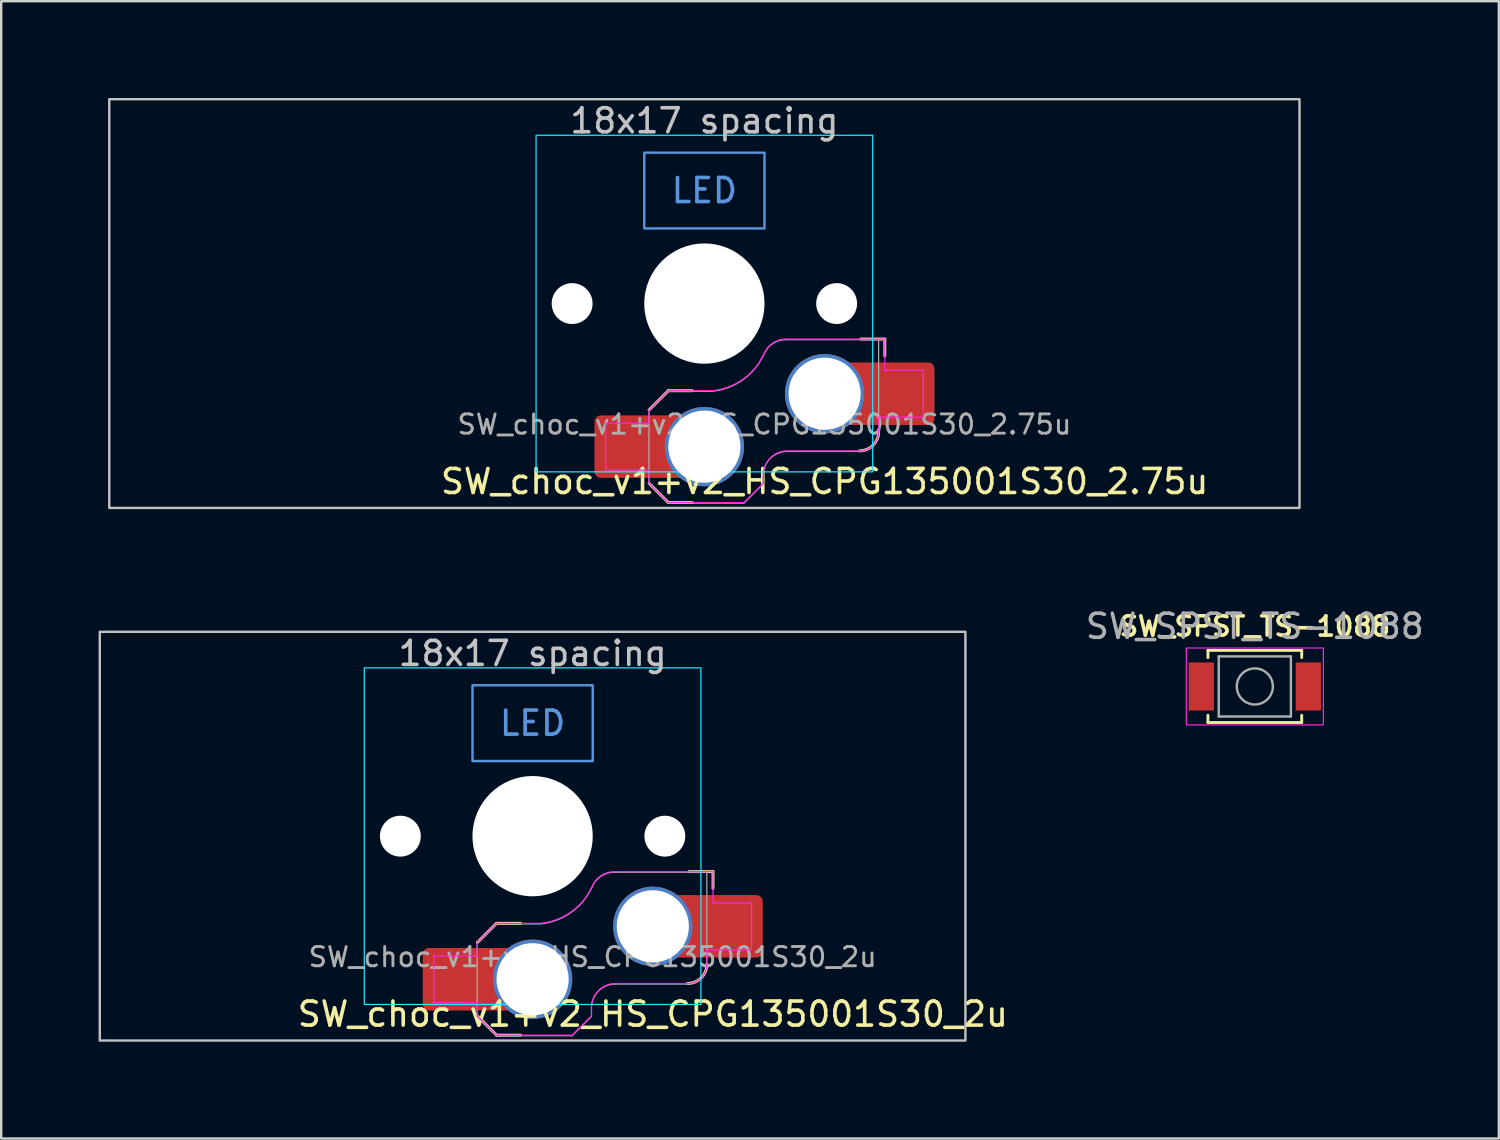
<source format=kicad_pcb>
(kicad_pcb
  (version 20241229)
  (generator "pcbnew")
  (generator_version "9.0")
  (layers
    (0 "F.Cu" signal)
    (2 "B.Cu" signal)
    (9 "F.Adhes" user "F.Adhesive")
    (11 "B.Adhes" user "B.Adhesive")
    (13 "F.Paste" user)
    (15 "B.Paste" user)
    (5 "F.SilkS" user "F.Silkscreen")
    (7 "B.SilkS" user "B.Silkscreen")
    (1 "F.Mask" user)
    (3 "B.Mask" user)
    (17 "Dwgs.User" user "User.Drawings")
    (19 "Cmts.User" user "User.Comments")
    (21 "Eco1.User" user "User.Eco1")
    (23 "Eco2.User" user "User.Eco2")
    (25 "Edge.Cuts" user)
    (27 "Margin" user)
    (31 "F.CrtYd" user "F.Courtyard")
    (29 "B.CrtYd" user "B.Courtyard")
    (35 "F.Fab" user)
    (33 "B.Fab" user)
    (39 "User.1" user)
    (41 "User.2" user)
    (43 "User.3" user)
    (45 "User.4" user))
  (footprint "SW_choc_v1+v2_HS_CPG135001S30_2u"
    (layer "F.Cu")
    (at 19.1 31.725)
    (property "Reference" "SW_choc_v1+v2_HS_CPG135001S30_2u" (at 5 7.4 180) (layer "F.SilkS") (effects (font (size 1 1) (thickness 0.15))))
    (attr smd)
    (fp_line (start -2.3 7.475) (end -1.5 8.275) (stroke (width 0.12) (type solid)) (layer "F.SilkS"))
    (fp_line (start -1.5 3.625) (end -2.3 4.425) (stroke (width 0.12) (type solid)) (layer "F.SilkS"))
    (fp_line (start -1.5 3.625) (end -0.5 3.625) (stroke (width 0.12) (type solid)) (layer "F.SilkS"))
    (fp_line (start -1.5 8.275) (end -0.5 8.275) (stroke (width 0.12) (type solid)) (layer "F.SilkS"))
    (fp_line (start 7.504 1.475) (end 6.504 1.475) (stroke (width 0.12) (type solid)) (layer "F.SilkS"))
    (fp_line (start 7.504 1.475) (end 7.504 2.175) (stroke (width 0.12) (type solid)) (layer "F.SilkS"))
    (fp_arc (start 7.25 5.325) (mid 7.015685 5.890685) (end 6.45 6.125) (stroke (width 0.12) (type solid)) (layer "F.SilkS"))
    (fp_rect (start -18 -8.5) (end 18 8.5) (stroke (width 0.1) (type solid)) (fill no) (layer "Dwgs.User"))
    (fp_rect (start -2.5 -6.275) (end 2.5 -3.125) (stroke (width 0.1) (type default)) (fill no) (layer "Cmts.User"))
    (fp_rect (start -19.05 -9.525) (end 19.05 9.525) (stroke (width 0.1) (type solid)) (fill no) (layer "Eco1.User"))
    (fp_line (start -6.95 -6.45) (end -6.95 6.45) (stroke (width 0.05) (type solid)) (layer "Eco2.User"))
    (fp_line (start -6.45 6.95) (end 6.45 6.95) (stroke (width 0.05) (type solid)) (layer "Eco2.User"))
    (fp_line (start 6.45 -6.95) (end -6.45 -6.95) (stroke (width 0.05) (type solid)) (layer "Eco2.User"))
    (fp_line (start 6.95 6.45) (end 6.95 -6.45) (stroke (width 0.05) (type solid)) (layer "Eco2.User"))
    (fp_arc (start -6.95 -6.45) (mid -6.803553 -6.803553) (end -6.45 -6.95) (stroke (width 0.05) (type solid)) (layer "Eco2.User"))
    (fp_arc (start -6.45 6.95) (mid -6.803553 6.803553) (end -6.95 6.45) (stroke (width 0.05) (type solid)) (layer "Eco2.User"))
    (fp_arc (start 6.45 -6.95) (mid 6.803553 -6.803553) (end 6.95 -6.45) (stroke (width 0.05) (type solid)) (layer "Eco2.User"))
    (fp_arc (start 6.95 6.45) (mid 6.803553 6.803553) (end 6.45 6.95) (stroke (width 0.05) (type solid)) (layer "Eco2.User"))
    (fp_rect (start -7 -7) (end 7 7) (stroke (width 0.05) (type default)) (fill no) (layer "B.CrtYd"))
    (fp_line (start -4.104 4.975) (end -4.104 6.925) (stroke (width 0.05) (type solid)) (layer "F.CrtYd"))
    (fp_line (start -4.104 4.975) (end -2.3 4.975) (stroke (width 0.05) (type solid)) (layer "F.CrtYd"))
    (fp_line (start -4.104 6.925) (end -2.3 6.925) (stroke (width 0.05) (type solid)) (layer "F.CrtYd"))
    (fp_line (start -2.3 4.975) (end -2.3 4.425) (stroke (width 0.05) (type solid)) (layer "F.CrtYd"))
    (fp_line (start -2.3 7.475) (end -2.3 6.925) (stroke (width 0.05) (type solid)) (layer "F.CrtYd"))
    (fp_line (start -2.3 7.475) (end -1.5 8.275) (stroke (width 0.05) (type solid)) (layer "F.CrtYd"))
    (fp_line (start -1.5 3.625) (end -2.3 4.425) (stroke (width 0.05) (type solid)) (layer "F.CrtYd"))
    (fp_line (start -1.5 3.625) (end 0.3 3.625) (stroke (width 0.05) (type solid)) (layer "F.CrtYd"))
    (fp_line (start -1.5 8.275) (end 1.65 8.275) (stroke (width 0.05) (type solid)) (layer "F.CrtYd"))
    (fp_line (start 2.45 7.475) (end 1.65 8.275) (stroke (width 0.05) (type solid)) (layer "F.CrtYd"))
    (fp_line (start 2.45 7.475) (end 2.45 7.125) (stroke (width 0.05) (type solid)) (layer "F.CrtYd"))
    (fp_line (start 3.45 6.125) (end 6.45 6.125) (stroke (width 0.05) (type solid)) (layer "F.CrtYd"))
    (fp_line (start 7.25 4.725) (end 9.104 4.725) (stroke (width 0.05) (type solid)) (layer "F.CrtYd"))
    (fp_line (start 7.25 5.325) (end 7.25 4.725) (stroke (width 0.05) (type solid)) (layer "F.CrtYd"))
    (fp_line (start 7.504 1.475) (end 3.4 1.475) (stroke (width 0.05) (type solid)) (layer "F.CrtYd"))
    (fp_line (start 7.504 1.475) (end 7.504 2.175) (stroke (width 0.05) (type solid)) (layer "F.CrtYd"))
    (fp_line (start 7.504 2.175) (end 7.504 2.775) (stroke (width 0.05) (type solid)) (layer "F.CrtYd"))
    (fp_line (start 9.104 2.775) (end 7.504 2.775) (stroke (width 0.05) (type solid)) (layer "F.CrtYd"))
    (fp_line (start 9.104 4.725) (end 9.104 2.775) (stroke (width 0.05) (type solid)) (layer "F.CrtYd"))
    (fp_arc (start 2.45 7.125) (mid 2.742893 6.417893) (end 3.45 6.125) (stroke (width 0.05) (type solid)) (layer "F.CrtYd"))
    (fp_arc (start 2.455444 2.13293) (mid 1.577272 3.167235) (end 0.299999 3.624999) (stroke (width 0.05) (type solid)) (layer "F.CrtYd"))
    (fp_arc (start 2.460307 2.13298) (mid 2.826423 1.655848) (end 3.4 1.475) (stroke (width 0.05) (type solid)) (layer "F.CrtYd"))
    (fp_arc (start 7.25 5.325) (mid 7.015685 5.890685) (end 6.45 6.125) (stroke (width 0.05) (type solid)) (layer "F.CrtYd"))
    (fp_line (start -2.304 7.5) (end -2.304 4.45) (stroke (width 0.05) (type solid)) (layer "F.Fab"))
    (fp_line (start -2.304 7.5) (end -1.504 8.3) (stroke (width 0.05) (type solid)) (layer "F.Fab"))
    (fp_line (start -1.504 3.65) (end -2.304 4.45) (stroke (width 0.05) (type solid)) (layer "F.Fab"))
    (fp_line (start -1.504 3.65) (end 0.296 3.65) (stroke (width 0.05) (type solid)) (layer "F.Fab"))
    (fp_line (start -1.504 8.3) (end 1.646 8.3) (stroke (width 0.05) (type solid)) (layer "F.Fab"))
    (fp_line (start 2.446 7.5) (end 1.646 8.3) (stroke (width 0.05) (type solid)) (layer "F.Fab"))
    (fp_line (start 2.446 7.5) (end 2.446 7.15) (stroke (width 0.05) (type solid)) (layer "F.Fab"))
    (fp_line (start 3.446 6.15) (end 6.446 6.15) (stroke (width 0.05) (type solid)) (layer "F.Fab"))
    (fp_line (start 7.246 1.5) (end 3.396 1.5) (stroke (width 0.05) (type solid)) (layer "F.Fab"))
    (fp_line (start 7.246 5.35) (end 7.246 1.5) (stroke (width 0.05) (type solid)) (layer "F.Fab"))
    (fp_arc (start 2.446 7.15) (mid 2.738893 6.442893) (end 3.446 6.15) (stroke (width 0.05) (type solid)) (layer "F.Fab"))
    (fp_arc (start 2.451444 2.15793) (mid 1.573272 3.192235) (end 0.295999 3.649999) (stroke (width 0.05) (type solid)) (layer "F.Fab"))
    (fp_arc (start 2.456307 2.15798) (mid 2.822423 1.680848) (end 3.396 1.5) (stroke (width 0.05) (type solid)) (layer "F.Fab"))
    (fp_arc (start 7.246 5.35) (mid 7.011685 5.915685) (end 6.446 6.15) (stroke (width 0.05) (type solid)) (layer "F.Fab"))
    (fp_text user "18x17 spacing" (at 0 -7.6 180) (layer "Dwgs.User") (effects (font (size 1 1) (thickness 0.15))))
    (fp_text user "LED" (at 0 -4.7 0) (unlocked yes) (layer "Cmts.User") (effects (font (size 1 1) (thickness 0.15))))
    (fp_text user "19.05 spacing" (at 0 -8.7 180) (layer "Eco1.User") (effects (font (size 1 1) (thickness 0.15))))
    (fp_text user "${REFERENCE}" (at 2.496 5.025 0) (layer "F.Fab") (effects (font (size 0.8 0.8) (thickness 0.12))))
    (pad "" np_thru_hole circle (at -5.5 0 180) (size 1.7 1.7) (drill 1.7) (layers "*.Cu" "*.Mask"))
    (pad "" np_thru_hole circle (at 0 0 180) (size 5 5) (drill 5) (layers "*.Cu" "*.Mask"))
    (pad "" np_thru_hole circle (at 5.5 0 180) (size 1.7 1.7) (drill 1.7) (layers "*.Cu" "*.Mask"))
    (pad "1" thru_hole circle (at 5 3.75) (size 3.3 3.3) (drill 3) (layers "*.Cu" "F.Mask"))
    (pad "1" smd rect (at 6.55 3.75) (size 1.2 2.6) (layers "F.Cu"))
    (pad "1" smd roundrect (at 8.245 3.75) (size 2.65 2.6) (layers "F.Cu" "F.Mask" "F.Paste") (roundrect_rratio 0.1))
    (pad "2" smd roundrect (at -3.245 5.95) (size 2.65 2.6) (layers "F.Cu" "F.Mask" "F.Paste") (roundrect_rratio 0.1))
    (pad "2" smd rect (at -1.55 5.95 180) (size 1.2 2.6) (layers "F.Cu"))
    (pad "2" thru_hole circle (at 0 5.95) (size 3.3 3.3) (drill 3) (layers "*.Cu" "F.Mask")))
  (footprint "SW_choc_v1+v2_HS_CPG135001S30_2.75u"
    (layer "F.Cu")
    (at 26.244 9.575)
    (property "Reference" "SW_choc_v1+v2_HS_CPG135001S30_2.75u" (at 5 7.4 180) (layer "F.SilkS") (effects (font (size 1 1) (thickness 0.15))))
    (attr smd)
    (fp_line (start -2.3 7.475) (end -1.5 8.275) (stroke (width 0.12) (type solid)) (layer "F.SilkS"))
    (fp_line (start -1.5 3.625) (end -2.3 4.425) (stroke (width 0.12) (type solid)) (layer "F.SilkS"))
    (fp_line (start -1.5 3.625) (end -0.5 3.625) (stroke (width 0.12) (type solid)) (layer "F.SilkS"))
    (fp_line (start -1.5 8.275) (end -0.5 8.275) (stroke (width 0.12) (type solid)) (layer "F.SilkS"))
    (fp_line (start 7.504 1.475) (end 6.504 1.475) (stroke (width 0.12) (type solid)) (layer "F.SilkS"))
    (fp_line (start 7.504 1.475) (end 7.504 2.175) (stroke (width 0.12) (type solid)) (layer "F.SilkS"))
    (fp_arc (start 7.25 5.325) (mid 7.015685 5.890685) (end 6.45 6.125) (stroke (width 0.12) (type solid)) (layer "F.SilkS"))
    (fp_rect (start -24.75 -8.5) (end 24.75 8.5) (stroke (width 0.1) (type solid)) (fill no) (layer "Dwgs.User"))
    (fp_rect (start -2.5 -6.275) (end 2.5 -3.125) (stroke (width 0.1) (type default)) (fill no) (layer "Cmts.User"))
    (fp_rect (start -26.194 -9.525) (end 26.194 9.525) (stroke (width 0.1) (type solid)) (fill no) (layer "Eco1.User"))
    (fp_line (start -6.95 -6.45) (end -6.95 6.45) (stroke (width 0.05) (type solid)) (layer "Eco2.User"))
    (fp_line (start -6.45 6.95) (end 6.45 6.95) (stroke (width 0.05) (type solid)) (layer "Eco2.User"))
    (fp_line (start 6.45 -6.95) (end -6.45 -6.95) (stroke (width 0.05) (type solid)) (layer "Eco2.User"))
    (fp_line (start 6.95 6.45) (end 6.95 -6.45) (stroke (width 0.05) (type solid)) (layer "Eco2.User"))
    (fp_arc (start -6.95 -6.45) (mid -6.803553 -6.803553) (end -6.45 -6.95) (stroke (width 0.05) (type solid)) (layer "Eco2.User"))
    (fp_arc (start -6.45 6.95) (mid -6.803553 6.803553) (end -6.95 6.45) (stroke (width 0.05) (type solid)) (layer "Eco2.User"))
    (fp_arc (start 6.45 -6.95) (mid 6.803553 -6.803553) (end 6.95 -6.45) (stroke (width 0.05) (type solid)) (layer "Eco2.User"))
    (fp_arc (start 6.95 6.45) (mid 6.803553 6.803553) (end 6.45 6.95) (stroke (width 0.05) (type solid)) (layer "Eco2.User"))
    (fp_rect (start -7 -7) (end 7 7) (stroke (width 0.05) (type default)) (fill no) (layer "B.CrtYd"))
    (fp_line (start -4.104 4.975) (end -4.104 6.925) (stroke (width 0.05) (type solid)) (layer "F.CrtYd"))
    (fp_line (start -4.104 4.975) (end -2.3 4.975) (stroke (width 0.05) (type solid)) (layer "F.CrtYd"))
    (fp_line (start -4.104 6.925) (end -2.3 6.925) (stroke (width 0.05) (type solid)) (layer "F.CrtYd"))
    (fp_line (start -2.3 4.975) (end -2.3 4.425) (stroke (width 0.05) (type solid)) (layer "F.CrtYd"))
    (fp_line (start -2.3 7.475) (end -2.3 6.925) (stroke (width 0.05) (type solid)) (layer "F.CrtYd"))
    (fp_line (start -2.3 7.475) (end -1.5 8.275) (stroke (width 0.05) (type solid)) (layer "F.CrtYd"))
    (fp_line (start -1.5 3.625) (end -2.3 4.425) (stroke (width 0.05) (type solid)) (layer "F.CrtYd"))
    (fp_line (start -1.5 3.625) (end 0.3 3.625) (stroke (width 0.05) (type solid)) (layer "F.CrtYd"))
    (fp_line (start -1.5 8.275) (end 1.65 8.275) (stroke (width 0.05) (type solid)) (layer "F.CrtYd"))
    (fp_line (start 2.45 7.475) (end 1.65 8.275) (stroke (width 0.05) (type solid)) (layer "F.CrtYd"))
    (fp_line (start 2.45 7.475) (end 2.45 7.125) (stroke (width 0.05) (type solid)) (layer "F.CrtYd"))
    (fp_line (start 3.45 6.125) (end 6.45 6.125) (stroke (width 0.05) (type solid)) (layer "F.CrtYd"))
    (fp_line (start 7.25 4.725) (end 9.104 4.725) (stroke (width 0.05) (type solid)) (layer "F.CrtYd"))
    (fp_line (start 7.25 5.325) (end 7.25 4.725) (stroke (width 0.05) (type solid)) (layer "F.CrtYd"))
    (fp_line (start 7.504 1.475) (end 3.4 1.475) (stroke (width 0.05) (type solid)) (layer "F.CrtYd"))
    (fp_line (start 7.504 1.475) (end 7.504 2.175) (stroke (width 0.05) (type solid)) (layer "F.CrtYd"))
    (fp_line (start 7.504 2.175) (end 7.504 2.775) (stroke (width 0.05) (type solid)) (layer "F.CrtYd"))
    (fp_line (start 9.104 2.775) (end 7.504 2.775) (stroke (width 0.05) (type solid)) (layer "F.CrtYd"))
    (fp_line (start 9.104 4.725) (end 9.104 2.775) (stroke (width 0.05) (type solid)) (layer "F.CrtYd"))
    (fp_arc (start 2.45 7.125) (mid 2.742893 6.417893) (end 3.45 6.125) (stroke (width 0.05) (type solid)) (layer "F.CrtYd"))
    (fp_arc (start 2.455444 2.13293) (mid 1.577272 3.167235) (end 0.299999 3.624999) (stroke (width 0.05) (type solid)) (layer "F.CrtYd"))
    (fp_arc (start 2.460307 2.13298) (mid 2.826423 1.655848) (end 3.4 1.475) (stroke (width 0.05) (type solid)) (layer "F.CrtYd"))
    (fp_arc (start 7.25 5.325) (mid 7.015685 5.890685) (end 6.45 6.125) (stroke (width 0.05) (type solid)) (layer "F.CrtYd"))
    (fp_line (start -2.304 7.5) (end -2.304 4.45) (stroke (width 0.05) (type solid)) (layer "F.Fab"))
    (fp_line (start -2.304 7.5) (end -1.504 8.3) (stroke (width 0.05) (type solid)) (layer "F.Fab"))
    (fp_line (start -1.504 3.65) (end -2.304 4.45) (stroke (width 0.05) (type solid)) (layer "F.Fab"))
    (fp_line (start -1.504 3.65) (end 0.296 3.65) (stroke (width 0.05) (type solid)) (layer "F.Fab"))
    (fp_line (start -1.504 8.3) (end 1.646 8.3) (stroke (width 0.05) (type solid)) (layer "F.Fab"))
    (fp_line (start 2.446 7.5) (end 1.646 8.3) (stroke (width 0.05) (type solid)) (layer "F.Fab"))
    (fp_line (start 2.446 7.5) (end 2.446 7.15) (stroke (width 0.05) (type solid)) (layer "F.Fab"))
    (fp_line (start 3.446 6.15) (end 6.446 6.15) (stroke (width 0.05) (type solid)) (layer "F.Fab"))
    (fp_line (start 7.246 1.5) (end 3.396 1.5) (stroke (width 0.05) (type solid)) (layer "F.Fab"))
    (fp_line (start 7.246 5.35) (end 7.246 1.5) (stroke (width 0.05) (type solid)) (layer "F.Fab"))
    (fp_arc (start 2.446 7.15) (mid 2.738893 6.442893) (end 3.446 6.15) (stroke (width 0.05) (type solid)) (layer "F.Fab"))
    (fp_arc (start 2.451444 2.15793) (mid 1.573272 3.192235) (end 0.295999 3.649999) (stroke (width 0.05) (type solid)) (layer "F.Fab"))
    (fp_arc (start 2.456307 2.15798) (mid 2.822423 1.680848) (end 3.396 1.5) (stroke (width 0.05) (type solid)) (layer "F.Fab"))
    (fp_arc (start 7.246 5.35) (mid 7.011685 5.915685) (end 6.446 6.15) (stroke (width 0.05) (type solid)) (layer "F.Fab"))
    (fp_text user "18x17 spacing" (at 0 -7.6 180) (layer "Dwgs.User") (effects (font (size 1 1) (thickness 0.15))))
    (fp_text user "LED" (at 0 -4.7 0) (unlocked yes) (layer "Cmts.User") (effects (font (size 1 1) (thickness 0.15))))
    (fp_text user "19.05 spacing" (at 0 -8.7 180) (layer "Eco1.User") (effects (font (size 1 1) (thickness 0.15))))
    (fp_text user "${REFERENCE}" (at 2.496 5.025 0) (layer "F.Fab") (effects (font (size 0.8 0.8) (thickness 0.12))))
    (pad "" np_thru_hole circle (at -5.5 0 180) (size 1.7 1.7) (drill 1.7) (layers "*.Cu" "*.Mask"))
    (pad "" np_thru_hole circle (at 0 0 180) (size 5 5) (drill 5) (layers "*.Cu" "*.Mask"))
    (pad "" np_thru_hole circle (at 5.5 0 180) (size 1.7 1.7) (drill 1.7) (layers "*.Cu" "*.Mask"))
    (pad "1" thru_hole circle (at 5 3.75) (size 3.3 3.3) (drill 3) (layers "*.Cu" "F.Mask"))
    (pad "1" smd rect (at 6.55 3.75) (size 1.2 2.6) (layers "F.Cu"))
    (pad "1" smd roundrect (at 8.245 3.75) (size 2.65 2.6) (layers "F.Cu" "F.Mask" "F.Paste") (roundrect_rratio 0.1))
    (pad "2" smd roundrect (at -3.245 5.95) (size 2.65 2.6) (layers "F.Cu" "F.Mask" "F.Paste") (roundrect_rratio 0.1))
    (pad "2" smd rect (at -1.55 5.95 180) (size 1.2 2.6) (layers "F.Cu"))
    (pad "2" thru_hole circle (at 0 5.95) (size 3.3 3.3) (drill 3) (layers "*.Cu" "F.Mask")))
  (footprint "SW_SPST_TS-1088"
    (layer "F.Cu")
    (at 49.136 25.498)
    (property "Reference" "SW_SPST_TS-1088" (at 0 -2.5 0) (layer "F.SilkS") (effects (font (size 0.8 0.8) (thickness 0.15))))
    (attr smd)
    (fp_line (start -1.95 -1.5) (end 1.95 -1.5) (stroke (width 0.12) (type solid)) (layer "F.SilkS"))
    (fp_line (start -1.95 -1.2) (end -1.95 -1.5) (stroke (width 0.12) (type solid)) (layer "F.SilkS"))
    (fp_line (start -1.95 1.2) (end -1.95 1.5) (stroke (width 0.12) (type solid)) (layer "F.SilkS"))
    (fp_line (start -1.95 1.5) (end 1.95 1.5) (stroke (width 0.12) (type solid)) (layer "F.SilkS"))
    (fp_line (start 1.95 -1.5) (end 1.95 -1.2) (stroke (width 0.12) (type solid)) (layer "F.SilkS"))
    (fp_line (start 1.95 1.5) (end 1.95 1.2) (stroke (width 0.12) (type solid)) (layer "F.SilkS"))
    (fp_rect (start -2.85 -1.6) (end 2.85 1.6) (stroke (width 0.05) (type solid)) (fill no) (layer "F.CrtYd"))
    (fp_line (start -1.5 -1.25) (end 1.5 -1.25) (stroke (width 0.1) (type solid)) (layer "F.Fab"))
    (fp_line (start -1.5 1.25) (end -1.5 -1.25) (stroke (width 0.1) (type solid)) (layer "F.Fab"))
    (fp_line (start 1.5 -1.25) (end 1.5 1.25) (stroke (width 0.1) (type solid)) (layer "F.Fab"))
    (fp_line (start 1.5 1.25) (end -1.5 1.25) (stroke (width 0.1) (type solid)) (layer "F.Fab"))
    (fp_circle (center 0 0) (end 0.75 0) (stroke (width 0.1) (type solid)) (fill no) (layer "F.Fab"))
    (fp_text user "${REFERENCE}" (at 0 -2.5 0) (layer "F.Fab") (effects (font (size 1 1) (thickness 0.15))))
    (pad "1" smd rect (at -2.225 0) (size 1.05 2) (layers "F.Cu" "F.Mask" "F.Paste"))
    (pad "2" smd rect (at 2.225 0) (size 1.05 2) (layers "F.Cu" "F.Mask" "F.Paste")))
  (gr_rect
    (start -3 -3)
    (end 59.285 44.3)
    (stroke (width 0.1) (type default))
    (fill no)
    (layer "Edge.Cuts")))
</source>
